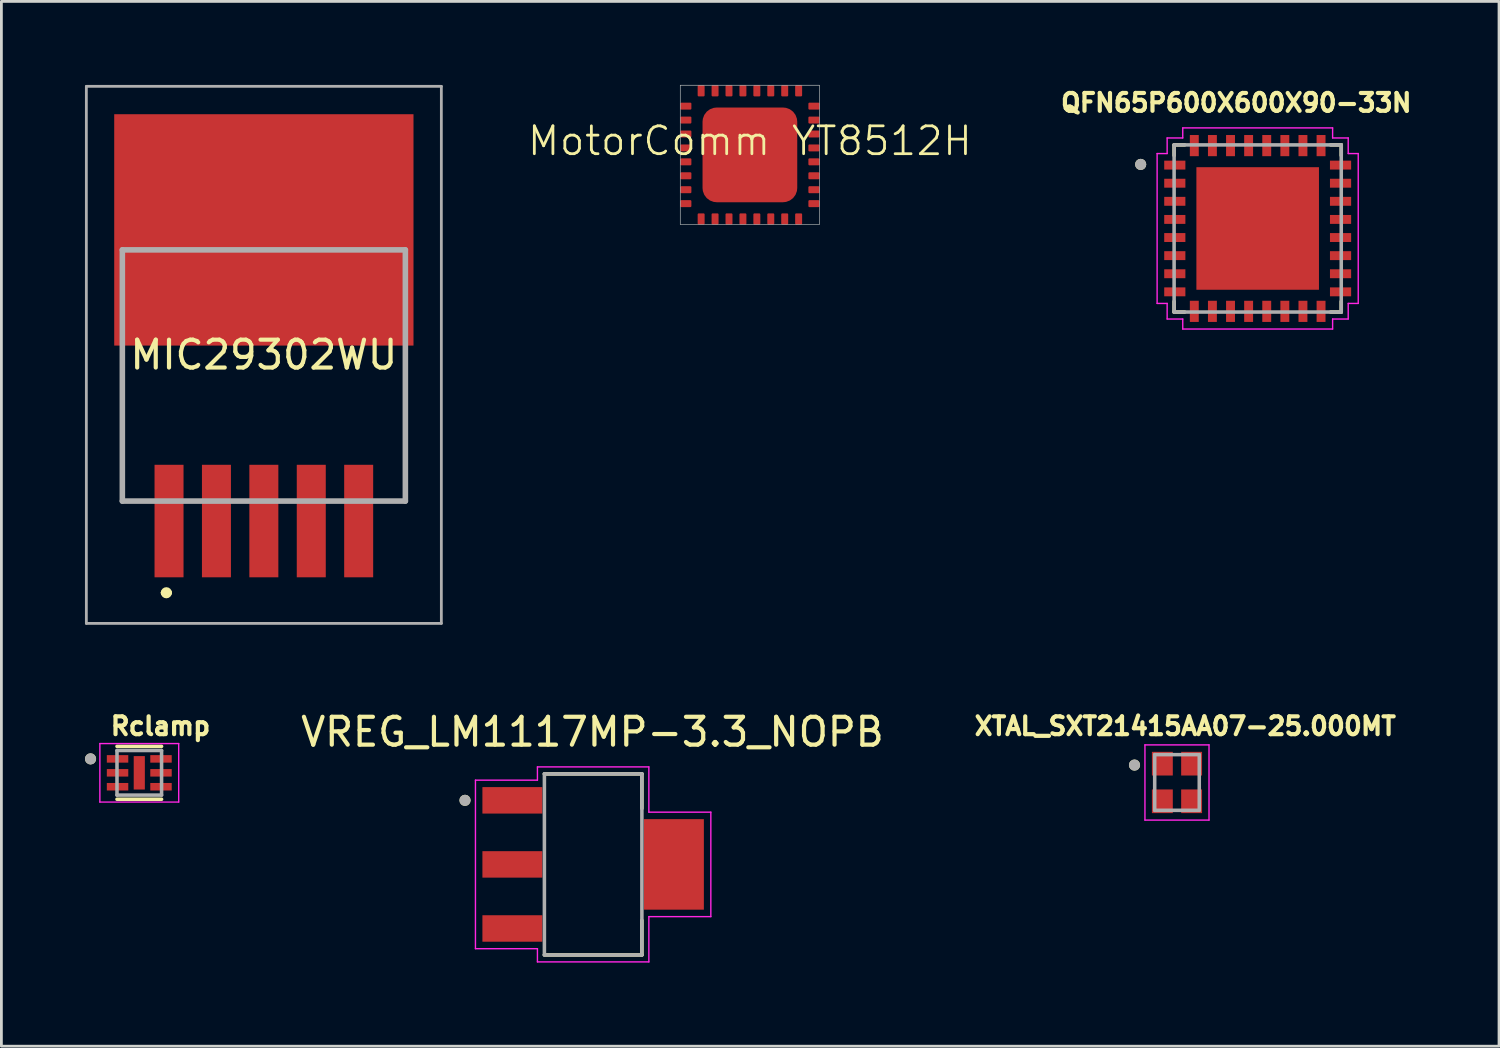
<source format=kicad_pcb>
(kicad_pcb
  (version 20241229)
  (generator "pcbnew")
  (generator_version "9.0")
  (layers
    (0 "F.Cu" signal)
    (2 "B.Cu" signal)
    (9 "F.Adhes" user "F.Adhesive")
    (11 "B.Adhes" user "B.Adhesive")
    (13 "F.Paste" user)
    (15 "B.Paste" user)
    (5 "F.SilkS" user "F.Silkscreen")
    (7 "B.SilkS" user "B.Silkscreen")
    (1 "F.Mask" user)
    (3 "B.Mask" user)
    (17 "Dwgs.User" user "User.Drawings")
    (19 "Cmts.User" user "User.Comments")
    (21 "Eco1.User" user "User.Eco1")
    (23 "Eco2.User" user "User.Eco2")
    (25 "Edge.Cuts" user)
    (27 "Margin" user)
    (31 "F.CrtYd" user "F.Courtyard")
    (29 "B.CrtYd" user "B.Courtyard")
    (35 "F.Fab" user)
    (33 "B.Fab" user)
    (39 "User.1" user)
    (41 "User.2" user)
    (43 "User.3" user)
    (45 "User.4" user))
  (footprint "XTAL_SXT21415AA07-25.000MT"
    (layer "F.Cu")
    (at 39.202 25.04)
    (property "Reference" "XTAL_SXT21415AA07-25.000MT" (at 0.297 -2.023 0) (layer "F.SilkS") (effects (font (size 0.64 0.64) (thickness 0.15))))
    (attr smd)
    (fp_circle (center -1.525 -0.625) (end -1.425 -0.625) (stroke (width 0.2) (type solid)) (fill no) (layer "F.SilkS"))
    (fp_line (start -1.15 -1.35) (end -1.15 1.35) (stroke (width 0.05) (type solid)) (layer "F.CrtYd"))
    (fp_line (start -1.15 1.35) (end 1.15 1.35) (stroke (width 0.05) (type solid)) (layer "F.CrtYd"))
    (fp_line (start 1.15 -1.35) (end -1.15 -1.35) (stroke (width 0.05) (type solid)) (layer "F.CrtYd"))
    (fp_line (start 1.15 1.35) (end 1.15 -1.35) (stroke (width 0.05) (type solid)) (layer "F.CrtYd"))
    (fp_line (start -0.8 -1) (end -0.8 1) (stroke (width 0.127) (type solid)) (layer "F.Fab"))
    (fp_line (start -0.8 1) (end 0.8 1) (stroke (width 0.127) (type solid)) (layer "F.Fab"))
    (fp_line (start 0.8 -1) (end -0.8 -1) (stroke (width 0.127) (type solid)) (layer "F.Fab"))
    (fp_line (start 0.8 1) (end 0.8 -1) (stroke (width 0.127) (type solid)) (layer "F.Fab"))
    (fp_circle (center -1.525 -0.625) (end -1.425 -0.625) (stroke (width 0.2) (type solid)) (fill no) (layer "F.Fab"))
    (pad "1" smd rect (at -0.525 -0.675) (size 0.75 0.85) (layers "F.Cu" "F.Mask" "F.Paste"))
    (pad "2" smd rect (at -0.525 0.675) (size 0.75 0.85) (layers "F.Cu" "F.Mask" "F.Paste"))
    (pad "3" smd rect (at 0.525 0.675) (size 0.75 0.85) (layers "F.Cu" "F.Mask" "F.Paste"))
    (pad "4" smd rect (at 0.525 -0.675) (size 0.75 0.85) (layers "F.Cu" "F.Mask" "F.Paste")))
  (footprint "MIC29302WU"
    (layer "F.Cu")
    (at 6.422 15.655)
    (property "Reference" "MIC29302WU" (at 0 -5.966 0) (layer "F.SilkS") (effects (font (size 1 1) (thickness 0.15))))
    (attr smd)
    (fp_line (start -5.08 -0.717) (end -5.08 -5.826) (stroke (width 0.1) (type solid)) (layer "F.SilkS"))
    (fp_line (start -3.6 2.574) (end -3.6 2.574) (stroke (width 0.2) (type solid)) (layer "F.SilkS"))
    (fp_line (start -3.4 2.574) (end -3.4 2.574) (stroke (width 0.2) (type solid)) (layer "F.SilkS"))
    (fp_line (start 5.08 -0.726) (end 5.08 -5.826) (stroke (width 0.1) (type solid)) (layer "F.SilkS"))
    (fp_arc (start -3.6 2.574) (mid -3.5 2.474) (end -3.4 2.574) (stroke (width 0.2) (type solid)) (layer "F.SilkS"))
    (fp_arc (start -3.4 2.574) (mid -3.5 2.674) (end -3.6 2.574) (stroke (width 0.2) (type solid)) (layer "F.SilkS"))
    (fp_line (start -6.372 -15.605) (end 6.372 -15.605) (stroke (width 0.1) (type solid)) (layer "F.Fab"))
    (fp_line (start -6.372 3.674) (end -6.372 -15.605) (stroke (width 0.1) (type solid)) (layer "F.Fab"))
    (fp_line (start -5.08 -9.735) (end 5.08 -9.735) (stroke (width 0.2) (type solid)) (layer "F.Fab"))
    (fp_line (start -5.08 -0.717) (end -5.08 -9.735) (stroke (width 0.2) (type solid)) (layer "F.Fab"))
    (fp_line (start 5.08 -9.735) (end 5.08 -0.717) (stroke (width 0.2) (type solid)) (layer "F.Fab"))
    (fp_line (start 5.08 -0.717) (end -5.08 -0.717) (stroke (width 0.2) (type solid)) (layer "F.Fab"))
    (fp_line (start 6.372 -15.605) (end 6.372 3.674) (stroke (width 0.1) (type solid)) (layer "F.Fab"))
    (fp_line (start 6.372 3.674) (end -6.372 3.674) (stroke (width 0.1) (type solid)) (layer "F.Fab"))
    (pad "1" smd rect (at -3.404 0) (size 1.041 4.039) (layers "F.Cu" "F.Mask" "F.Paste"))
    (pad "2" smd rect (at -1.702 0) (size 1.041 4.039) (layers "F.Cu" "F.Mask" "F.Paste"))
    (pad "3" smd rect (at 0 0) (size 1.041 4.039) (layers "F.Cu" "F.Mask" "F.Paste"))
    (pad "4" smd rect (at 1.702 0) (size 1.041 4.039) (layers "F.Cu" "F.Mask" "F.Paste"))
    (pad "5" smd rect (at 3.404 0) (size 1.041 4.039) (layers "F.Cu" "F.Mask" "F.Paste"))
    (pad "6" smd rect (at 0 -10.452) (size 10.744 8.306) (layers "F.Cu" "F.Mask" "F.Paste")))
  (footprint "VREG_LM1117MP-3.3_NOPB"
    (layer "F.Cu")
    (at 18.243 27.981)
    (property "Reference" "VREG_LM1117MP-3.3_NOPB" (at -0.025 -4.754 0) (layer "F.SilkS") (effects (font (size 1 1) (thickness 0.15))))
    (attr smd)
    (fp_line (start -1.75 -3.25) (end 1.75 -3.25) (stroke (width 0.127) (type solid)) (layer "F.SilkS"))
    (fp_line (start -1.75 3.25) (end 1.75 3.25) (stroke (width 0.127) (type solid)) (layer "F.SilkS"))
    (fp_line (start 1.75 -3.25) (end 1.75 -2.01) (stroke (width 0.127) (type solid)) (layer "F.SilkS"))
    (fp_line (start 1.75 3.25) (end 1.75 2.01) (stroke (width 0.127) (type solid)) (layer "F.SilkS"))
    (fp_circle (center -4.6 -2.3) (end -4.5 -2.3) (stroke (width 0.2) (type solid)) (fill no) (layer "F.SilkS"))
    (fp_line (start -4.225 -3.025) (end -4.225 3.025) (stroke (width 0.05) (type solid)) (layer "F.CrtYd"))
    (fp_line (start -4.225 3.025) (end -2 3.025) (stroke (width 0.05) (type solid)) (layer "F.CrtYd"))
    (fp_line (start -2 -3.5) (end -2 -3.025) (stroke (width 0.05) (type solid)) (layer "F.CrtYd"))
    (fp_line (start -2 -3.025) (end -4.225 -3.025) (stroke (width 0.05) (type solid)) (layer "F.CrtYd"))
    (fp_line (start -2 3.025) (end -2 3.5) (stroke (width 0.05) (type solid)) (layer "F.CrtYd"))
    (fp_line (start -2 3.5) (end 2 3.5) (stroke (width 0.05) (type solid)) (layer "F.CrtYd"))
    (fp_line (start 2 -3.5) (end -2 -3.5) (stroke (width 0.05) (type solid)) (layer "F.CrtYd"))
    (fp_line (start 2 -1.875) (end 2 -3.5) (stroke (width 0.05) (type solid)) (layer "F.CrtYd"))
    (fp_line (start 2 1.875) (end 4.225 1.875) (stroke (width 0.05) (type solid)) (layer "F.CrtYd"))
    (fp_line (start 2 3.5) (end 2 1.875) (stroke (width 0.05) (type solid)) (layer "F.CrtYd"))
    (fp_line (start 4.225 -1.875) (end 2 -1.875) (stroke (width 0.05) (type solid)) (layer "F.CrtYd"))
    (fp_line (start 4.225 1.875) (end 4.225 -1.875) (stroke (width 0.05) (type solid)) (layer "F.CrtYd"))
    (fp_line (start -1.75 -3.25) (end -1.75 3.25) (stroke (width 0.127) (type solid)) (layer "F.Fab"))
    (fp_line (start 1.75 -3.25) (end -1.75 -3.25) (stroke (width 0.127) (type solid)) (layer "F.Fab"))
    (fp_line (start 1.75 -3.25) (end 1.75 3.25) (stroke (width 0.127) (type solid)) (layer "F.Fab"))
    (fp_line (start 1.75 3.25) (end -1.75 3.25) (stroke (width 0.127) (type solid)) (layer "F.Fab"))
    (fp_circle (center -4.6 -2.3) (end -4.5 -2.3) (stroke (width 0.2) (type solid)) (fill no) (layer "F.Fab"))
    (pad "1" smd rect (at -2.9 -2.3) (size 2.15 0.95) (layers "F.Cu" "F.Mask" "F.Paste"))
    (pad "2" smd rect (at -2.9 0) (size 2.15 0.95) (layers "F.Cu" "F.Mask" "F.Paste"))
    (pad "3" smd rect (at -2.9 2.3) (size 2.15 0.95) (layers "F.Cu" "F.Mask" "F.Paste"))
    (pad "4" smd rect (at 2.9 0) (size 2.15 3.25) (layers "F.Cu" "F.Mask" "F.Paste")))
  (footprint "Rclamp"
    (layer "F.Cu")
    (at 1.95 24.693)
    (property "Reference" "Rclamp" (at 0.762 -1.676 0) (layer "F.SilkS") (effects (font (size 0.64 0.64) (thickness 0.15))))
    (attr smd)
    (fp_line (start -0.8 -0.949) (end 0.8 -0.949) (stroke (width 0.127) (type solid)) (layer "F.SilkS"))
    (fp_line (start 0.8 0.949) (end -0.8 0.949) (stroke (width 0.127) (type solid)) (layer "F.SilkS"))
    (fp_circle (center -1.75 -0.5) (end -1.65 -0.5) (stroke (width 0.2) (type solid)) (fill no) (layer "F.SilkS"))
    (fp_poly (pts (xy -0.127 -0.38) (xy 0.127 -0.38) (xy 0.127 0.38) (xy -0.127 0.38)) (stroke (width 0.01) (type solid)) (fill yes) (layer "F.Paste"))
    (fp_line (start -1.415 -1.05) (end 1.415 -1.05) (stroke (width 0.05) (type solid)) (layer "F.CrtYd"))
    (fp_line (start -1.415 1.05) (end -1.415 -1.05) (stroke (width 0.05) (type solid)) (layer "F.CrtYd"))
    (fp_line (start 1.415 -1.05) (end 1.415 1.05) (stroke (width 0.05) (type solid)) (layer "F.CrtYd"))
    (fp_line (start 1.415 1.05) (end -1.415 1.05) (stroke (width 0.05) (type solid)) (layer "F.CrtYd"))
    (fp_line (start -0.8 -0.8) (end 0.8 -0.8) (stroke (width 0.127) (type solid)) (layer "F.Fab"))
    (fp_line (start -0.8 0.8) (end -0.8 -0.8) (stroke (width 0.127) (type solid)) (layer "F.Fab"))
    (fp_line (start 0.8 -0.8) (end 0.8 0.8) (stroke (width 0.127) (type solid)) (layer "F.Fab"))
    (fp_line (start 0.8 0.8) (end -0.8 0.8) (stroke (width 0.127) (type solid)) (layer "F.Fab"))
    (fp_circle (center -1.75 -0.5) (end -1.65 -0.5) (stroke (width 0.2) (type solid)) (fill no) (layer "F.Fab"))
    (pad "1" smd rect (at -0.78 -0.5) (size 0.77 0.27) (layers "F.Cu" "F.Mask" "F.Paste"))
    (pad "2" smd rect (at -0.78 0) (size 0.77 0.27) (layers "F.Cu" "F.Mask" "F.Paste"))
    (pad "3" smd rect (at -0.78 0.5) (size 0.77 0.27) (layers "F.Cu" "F.Mask" "F.Paste"))
    (pad "4" smd rect (at 0.78 0.5) (size 0.77 0.27) (layers "F.Cu" "F.Mask" "F.Paste"))
    (pad "5" smd rect (at 0.78 0) (size 0.77 0.27) (layers "F.Cu" "F.Mask" "F.Paste"))
    (pad "6" smd rect (at 0.78 -0.5) (size 0.77 0.27) (layers "F.Cu" "F.Mask" "F.Paste"))
    (pad "7" smd rect (at 0 0) (size 0.4 1.2) (layers "F.Cu" "F.Mask")))
  (footprint "MotorComm YT8512H"
    (layer "F.Cu")
    (at 23.87 2.51)
    (property "Reference" "MotorComm YT8512H" (at 0 -0.5 0) (unlocked yes) (layer "F.SilkS") (effects (font (size 1 1) (thickness 0.1))))
    (attr smd)
    (fp_rect (start -2.5 -2.5) (end 2.5 2.5) (stroke (width 0.02) (type solid)) (fill no) (layer "Edge.Cuts"))
    (pad "1" smd roundrect (at -2.3 1.75) (size 0.4 0.25) (layers "F.Cu" "F.Mask" "F.Paste") (roundrect_rratio 0.15))
    (pad "2" smd roundrect (at -2.3 1.25) (size 0.4 0.25) (layers "F.Cu" "F.Mask" "F.Paste") (roundrect_rratio 0.15))
    (pad "3" smd roundrect (at -2.3 0.75) (size 0.4 0.25) (layers "F.Cu" "F.Mask" "F.Paste") (roundrect_rratio 0.15))
    (pad "4" smd roundrect (at -2.3 0.25) (size 0.4 0.25) (layers "F.Cu" "F.Mask" "F.Paste") (roundrect_rratio 0.15))
    (pad "5" smd roundrect (at -2.3 -0.25) (size 0.4 0.25) (layers "F.Cu" "F.Mask" "F.Paste") (roundrect_rratio 0.15))
    (pad "6" smd roundrect (at -2.3 -0.75) (size 0.4 0.25) (layers "F.Cu" "F.Mask" "F.Paste") (roundrect_rratio 0.15))
    (pad "7" smd roundrect (at -2.3 -1.25) (size 0.4 0.25) (layers "F.Cu" "F.Mask" "F.Paste") (roundrect_rratio 0.15))
    (pad "8" smd roundrect (at -2.3 -1.75) (size 0.4 0.25) (layers "F.Cu" "F.Mask" "F.Paste") (roundrect_rratio 0.15))
    (pad "9" smd roundrect (at -1.75 -2.3 270) (size 0.4 0.25) (layers "F.Cu" "F.Mask" "F.Paste") (roundrect_rratio 0.15))
    (pad "10" smd roundrect (at -1.25 -2.3 270) (size 0.4 0.25) (layers "F.Cu" "F.Mask" "F.Paste") (roundrect_rratio 0.15))
    (pad "11" smd roundrect (at -0.75 -2.3 270) (size 0.4 0.25) (layers "F.Cu" "F.Mask" "F.Paste") (roundrect_rratio 0.15))
    (pad "12" smd roundrect (at -0.25 -2.3 270) (size 0.4 0.25) (layers "F.Cu" "F.Mask" "F.Paste") (roundrect_rratio 0.15))
    (pad "13" smd roundrect (at 0.25 -2.3 270) (size 0.4 0.25) (layers "F.Cu" "F.Mask" "F.Paste") (roundrect_rratio 0.15))
    (pad "14" smd roundrect (at 0.75 -2.3 270) (size 0.4 0.25) (layers "F.Cu" "F.Mask" "F.Paste") (roundrect_rratio 0.15))
    (pad "15" smd roundrect (at 1.25 -2.3 270) (size 0.4 0.25) (layers "F.Cu" "F.Mask" "F.Paste") (roundrect_rratio 0.15))
    (pad "16" smd roundrect (at 1.75 -2.3 270) (size 0.4 0.25) (layers "F.Cu" "F.Mask" "F.Paste") (roundrect_rratio 0.15))
    (pad "17" smd roundrect (at 2.3 -1.75) (size 0.4 0.25) (layers "F.Cu" "F.Mask" "F.Paste") (roundrect_rratio 0.15))
    (pad "18" smd roundrect (at 2.3 -1.25) (size 0.4 0.25) (layers "F.Cu" "F.Mask" "F.Paste") (roundrect_rratio 0.15))
    (pad "19" smd roundrect (at 2.3 -0.75) (size 0.4 0.25) (layers "F.Cu" "F.Mask" "F.Paste") (roundrect_rratio 0.15))
    (pad "20" smd roundrect (at 2.3 -0.25) (size 0.4 0.25) (layers "F.Cu" "F.Mask" "F.Paste") (roundrect_rratio 0.15))
    (pad "21" smd roundrect (at 2.3 0.25) (size 0.4 0.25) (layers "F.Cu" "F.Mask" "F.Paste") (roundrect_rratio 0.15))
    (pad "22" smd roundrect (at 2.3 0.75) (size 0.4 0.25) (layers "F.Cu" "F.Mask" "F.Paste") (roundrect_rratio 0.15))
    (pad "23" smd roundrect (at 2.3 1.25) (size 0.4 0.25) (layers "F.Cu" "F.Mask" "F.Paste") (roundrect_rratio 0.15))
    (pad "24" smd roundrect (at 2.3 1.75) (size 0.4 0.25) (layers "F.Cu" "F.Mask" "F.Paste") (roundrect_rratio 0.15))
    (pad "25" smd roundrect (at 1.75 2.3 270) (size 0.4 0.25) (layers "F.Cu" "F.Mask" "F.Paste") (roundrect_rratio 0.15))
    (pad "26" smd roundrect (at 1.25 2.3 270) (size 0.4 0.25) (layers "F.Cu" "F.Mask" "F.Paste") (roundrect_rratio 0.15))
    (pad "27" smd roundrect (at 0.75 2.3 270) (size 0.4 0.25) (layers "F.Cu" "F.Mask" "F.Paste") (roundrect_rratio 0.15))
    (pad "28" smd roundrect (at 0.25 2.3 270) (size 0.4 0.25) (layers "F.Cu" "F.Mask" "F.Paste") (roundrect_rratio 0.15))
    (pad "29" smd roundrect (at -0.25 2.3 270) (size 0.4 0.25) (layers "F.Cu" "F.Mask" "F.Paste") (roundrect_rratio 0.15))
    (pad "30" smd roundrect (at -0.75 2.3 270) (size 0.4 0.25) (layers "F.Cu" "F.Mask" "F.Paste") (roundrect_rratio 0.15))
    (pad "31" smd roundrect (at -1.25 2.3 270) (size 0.4 0.25) (layers "F.Cu" "F.Mask" "F.Paste") (roundrect_rratio 0.15))
    (pad "32" smd roundrect (at -1.75 2.3 270) (size 0.4 0.25) (layers "F.Cu" "F.Mask" "F.Paste") (roundrect_rratio 0.15))
    (pad "33" smd roundrect (at 0 0) (size 3.4 3.4) (layers "F.Cu" "F.Mask" "F.Paste") (roundrect_rratio 0.15)))
  (footprint "QFN65P600X600X90-33N"
    (layer "F.Cu")
    (at 42.099 5.152)
    (property "Reference" "QFN65P600X600X90-33N" (at -0.769 -4.513 0) (layer "F.SilkS") (effects (font (size 0.641 0.641) (thickness 0.15))))
    (attr smd)
    (fp_line (start -3 -3) (end -2.62 -3) (stroke (width 0.127) (type solid)) (layer "F.SilkS"))
    (fp_line (start -3 -2.62) (end -3 -3) (stroke (width 0.127) (type solid)) (layer "F.SilkS"))
    (fp_line (start -3 2.62) (end -3 3) (stroke (width 0.127) (type solid)) (layer "F.SilkS"))
    (fp_line (start -3 3) (end -2.62 3) (stroke (width 0.127) (type solid)) (layer "F.SilkS"))
    (fp_line (start 2.62 -3) (end 3 -3) (stroke (width 0.127) (type solid)) (layer "F.SilkS"))
    (fp_line (start 2.62 3) (end 3 3) (stroke (width 0.127) (type solid)) (layer "F.SilkS"))
    (fp_line (start 3 -3) (end 3 -2.62) (stroke (width 0.127) (type solid)) (layer "F.SilkS"))
    (fp_line (start 3 3) (end 3 2.62) (stroke (width 0.127) (type solid)) (layer "F.SilkS"))
    (fp_circle (center -4.2 -2.3) (end -4.1 -2.3) (stroke (width 0.2) (type solid)) (fill no) (layer "F.SilkS"))
    (fp_poly (pts (xy -1.393 -1.39) (xy 1.39 -1.39) (xy 1.39 1.393) (xy -1.393 1.393)) (stroke (width 0.01) (type solid)) (fill yes) (layer "F.Paste"))
    (fp_line (start -3.61 -2.69) (end -3.25 -2.69) (stroke (width 0.05) (type solid)) (layer "F.CrtYd"))
    (fp_line (start -3.61 2.69) (end -3.61 -2.69) (stroke (width 0.05) (type solid)) (layer "F.CrtYd"))
    (fp_line (start -3.25 -3.25) (end -2.69 -3.25) (stroke (width 0.05) (type solid)) (layer "F.CrtYd"))
    (fp_line (start -3.25 -2.69) (end -3.25 -3.25) (stroke (width 0.05) (type solid)) (layer "F.CrtYd"))
    (fp_line (start -3.25 2.69) (end -3.61 2.69) (stroke (width 0.05) (type solid)) (layer "F.CrtYd"))
    (fp_line (start -3.25 3.25) (end -3.25 2.69) (stroke (width 0.05) (type solid)) (layer "F.CrtYd"))
    (fp_line (start -2.69 -3.61) (end 2.69 -3.61) (stroke (width 0.05) (type solid)) (layer "F.CrtYd"))
    (fp_line (start -2.69 -3.25) (end -2.69 -3.61) (stroke (width 0.05) (type solid)) (layer "F.CrtYd"))
    (fp_line (start -2.69 3.25) (end -3.25 3.25) (stroke (width 0.05) (type solid)) (layer "F.CrtYd"))
    (fp_line (start -2.69 3.61) (end -2.69 3.25) (stroke (width 0.05) (type solid)) (layer "F.CrtYd"))
    (fp_line (start 2.69 -3.61) (end 2.69 -3.25) (stroke (width 0.05) (type solid)) (layer "F.CrtYd"))
    (fp_line (start 2.69 -3.25) (end 3.25 -3.25) (stroke (width 0.05) (type solid)) (layer "F.CrtYd"))
    (fp_line (start 2.69 3.25) (end 2.69 3.61) (stroke (width 0.05) (type solid)) (layer "F.CrtYd"))
    (fp_line (start 2.69 3.61) (end -2.69 3.61) (stroke (width 0.05) (type solid)) (layer "F.CrtYd"))
    (fp_line (start 3.25 -3.25) (end 3.25 -2.69) (stroke (width 0.05) (type solid)) (layer "F.CrtYd"))
    (fp_line (start 3.25 -2.69) (end 3.61 -2.69) (stroke (width 0.05) (type solid)) (layer "F.CrtYd"))
    (fp_line (start 3.25 2.69) (end 3.25 3.25) (stroke (width 0.05) (type solid)) (layer "F.CrtYd"))
    (fp_line (start 3.25 3.25) (end 2.69 3.25) (stroke (width 0.05) (type solid)) (layer "F.CrtYd"))
    (fp_line (start 3.61 -2.69) (end 3.61 2.69) (stroke (width 0.05) (type solid)) (layer "F.CrtYd"))
    (fp_line (start 3.61 2.69) (end 3.25 2.69) (stroke (width 0.05) (type solid)) (layer "F.CrtYd"))
    (fp_line (start -3 -3) (end 3 -3) (stroke (width 0.127) (type solid)) (layer "F.Fab"))
    (fp_line (start -3 3) (end -3 -3) (stroke (width 0.127) (type solid)) (layer "F.Fab"))
    (fp_line (start 3 -3) (end 3 3) (stroke (width 0.127) (type solid)) (layer "F.Fab"))
    (fp_line (start 3 3) (end -3 3) (stroke (width 0.127) (type solid)) (layer "F.Fab"))
    (fp_circle (center -4.2 -2.3) (end -4.1 -2.3) (stroke (width 0.2) (type solid)) (fill no) (layer "F.Fab"))
    (pad "1" smd rect (at -2.975 -2.275) (size 0.76 0.32) (layers "F.Cu" "F.Mask" "F.Paste"))
    (pad "2" smd rect (at -2.975 -1.625) (size 0.76 0.32) (layers "F.Cu" "F.Mask" "F.Paste"))
    (pad "3" smd rect (at -2.975 -0.975) (size 0.76 0.32) (layers "F.Cu" "F.Mask" "F.Paste"))
    (pad "4" smd rect (at -2.975 -0.325) (size 0.76 0.32) (layers "F.Cu" "F.Mask" "F.Paste"))
    (pad "5" smd rect (at -2.975 0.325) (size 0.76 0.32) (layers "F.Cu" "F.Mask" "F.Paste"))
    (pad "6" smd rect (at -2.975 0.975) (size 0.76 0.32) (layers "F.Cu" "F.Mask" "F.Paste"))
    (pad "7" smd rect (at -2.975 1.625) (size 0.76 0.32) (layers "F.Cu" "F.Mask" "F.Paste"))
    (pad "8" smd rect (at -2.975 2.275) (size 0.76 0.32) (layers "F.Cu" "F.Mask" "F.Paste"))
    (pad "9" smd rect (at -2.275 2.975) (size 0.32 0.76) (layers "F.Cu" "F.Mask" "F.Paste"))
    (pad "10" smd rect (at -1.625 2.975) (size 0.32 0.76) (layers "F.Cu" "F.Mask" "F.Paste"))
    (pad "11" smd rect (at -0.975 2.975) (size 0.32 0.76) (layers "F.Cu" "F.Mask" "F.Paste"))
    (pad "12" smd rect (at -0.325 2.975) (size 0.32 0.76) (layers "F.Cu" "F.Mask" "F.Paste"))
    (pad "13" smd rect (at 0.325 2.975) (size 0.32 0.76) (layers "F.Cu" "F.Mask" "F.Paste"))
    (pad "14" smd rect (at 0.975 2.975) (size 0.32 0.76) (layers "F.Cu" "F.Mask" "F.Paste"))
    (pad "15" smd rect (at 1.625 2.975) (size 0.32 0.76) (layers "F.Cu" "F.Mask" "F.Paste"))
    (pad "16" smd rect (at 2.275 2.975) (size 0.32 0.76) (layers "F.Cu" "F.Mask" "F.Paste"))
    (pad "17" smd rect (at 2.975 2.275) (size 0.76 0.32) (layers "F.Cu" "F.Mask" "F.Paste"))
    (pad "18" smd rect (at 2.975 1.625) (size 0.76 0.32) (layers "F.Cu" "F.Mask" "F.Paste"))
    (pad "19" smd rect (at 2.975 0.975) (size 0.76 0.32) (layers "F.Cu" "F.Mask" "F.Paste"))
    (pad "20" smd rect (at 2.975 0.325) (size 0.76 0.32) (layers "F.Cu" "F.Mask" "F.Paste"))
    (pad "21" smd rect (at 2.975 -0.325) (size 0.76 0.32) (layers "F.Cu" "F.Mask" "F.Paste"))
    (pad "22" smd rect (at 2.975 -0.975) (size 0.76 0.32) (layers "F.Cu" "F.Mask" "F.Paste"))
    (pad "23" smd rect (at 2.975 -1.625) (size 0.76 0.32) (layers "F.Cu" "F.Mask" "F.Paste"))
    (pad "24" smd rect (at 2.975 -2.275) (size 0.76 0.32) (layers "F.Cu" "F.Mask" "F.Paste"))
    (pad "25" smd rect (at 2.275 -2.975) (size 0.32 0.76) (layers "F.Cu" "F.Mask" "F.Paste"))
    (pad "26" smd rect (at 1.625 -2.975) (size 0.32 0.76) (layers "F.Cu" "F.Mask" "F.Paste"))
    (pad "27" smd rect (at 0.975 -2.975) (size 0.32 0.76) (layers "F.Cu" "F.Mask" "F.Paste"))
    (pad "28" smd rect (at 0.325 -2.975) (size 0.32 0.76) (layers "F.Cu" "F.Mask" "F.Paste"))
    (pad "29" smd rect (at -0.325 -2.975) (size 0.32 0.76) (layers "F.Cu" "F.Mask" "F.Paste"))
    (pad "30" smd rect (at -0.975 -2.975) (size 0.32 0.76) (layers "F.Cu" "F.Mask" "F.Paste"))
    (pad "31" smd rect (at -1.625 -2.975) (size 0.32 0.76) (layers "F.Cu" "F.Mask" "F.Paste"))
    (pad "32" smd rect (at -2.275 -2.975) (size 0.32 0.76) (layers "F.Cu" "F.Mask" "F.Paste"))
    (pad "33" smd rect (at 0 0) (size 4.4 4.4) (layers "F.Cu" "F.Mask")))
  (gr_rect
    (start -3 -3)
    (end 50.763 34.506)
    (stroke (width 0.1) (type default))
    (fill no)
    (layer "Edge.Cuts")))
</source>
